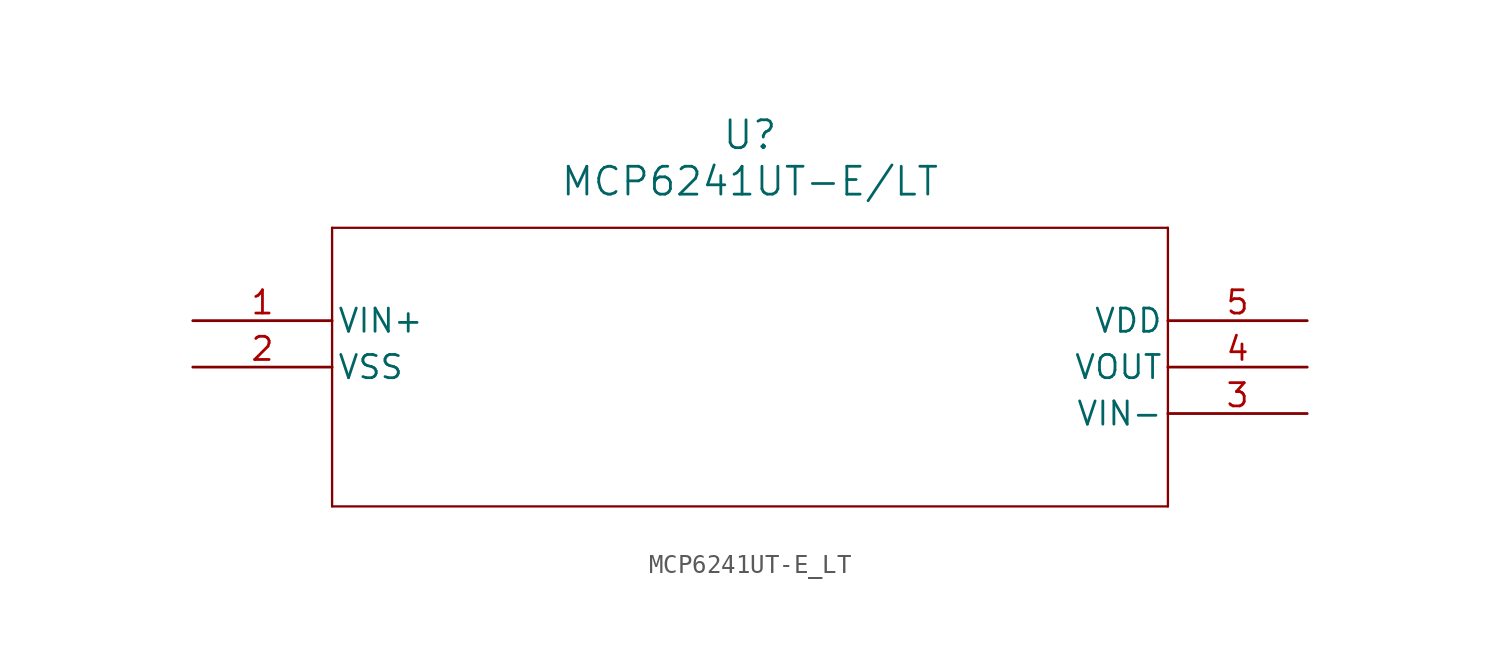
<source format=kicad_sym>
(kicad_symbol_lib
  (version 20211014)
  (generator kicad_symbol_editor)
  (symbol "MCP6241UT-E_LT"
    (pin_names
      (offset 0.254))
    (property "Reference" "U"
      (at 30.48 10.16 0)
      (effects (font (size 1.524 1.524))))
    (property "Value" "MCP6241UT-E/LT"
      (at 30.48 7.62 0)
      (effects (font (size 1.524 1.524))))
    (symbol "MCP6241UT-E_LT_0_1"
      (polyline (pts (xy 7.62 5.08) (xy 7.62 -10.16)) (stroke (width 0.127) (type default) (color 0 0 0 0)) (fill (type none)))
      (polyline (pts (xy 7.62 -10.16) (xy 53.34 -10.16)) (stroke (width 0.127) (type default) (color 0 0 0 0)) (fill (type none)))
      (polyline (pts (xy 53.34 -10.16) (xy 53.34 5.08)) (stroke (width 0.127) (type default) (color 0 0 0 0)) (fill (type none)))
      (polyline (pts (xy 53.34 5.08) (xy 7.62 5.08)) (stroke (width 0.127) (type default) (color 0 0 0 0)) (fill (type none)))
      (pin unspecified line (at 0 0 0) (length 7.62) (name "VIN+" (effects (font (size 1.27 1.27)))) (number "1" (effects (font (size 1.27 1.27)))))
      (pin unspecified line (at 0 -2.54 0) (length 7.62) (name "VSS" (effects (font (size 1.27 1.27)))) (number "2" (effects (font (size 1.27 1.27)))))
      (pin unspecified line (at 60.96 -5.08 180) (length 7.62) (name "VIN-" (effects (font (size 1.27 1.27)))) (number "3" (effects (font (size 1.27 1.27)))))
      (pin unspecified line (at 60.96 -2.54 180) (length 7.62) (name "VOUT" (effects (font (size 1.27 1.27)))) (number "4" (effects (font (size 1.27 1.27)))))
      (pin unspecified line (at 60.96 0 180) (length 7.62) (name "VDD" (effects (font (size 1.27 1.27)))) (number "5" (effects (font (size 1.27 1.27))))))))
</source>
